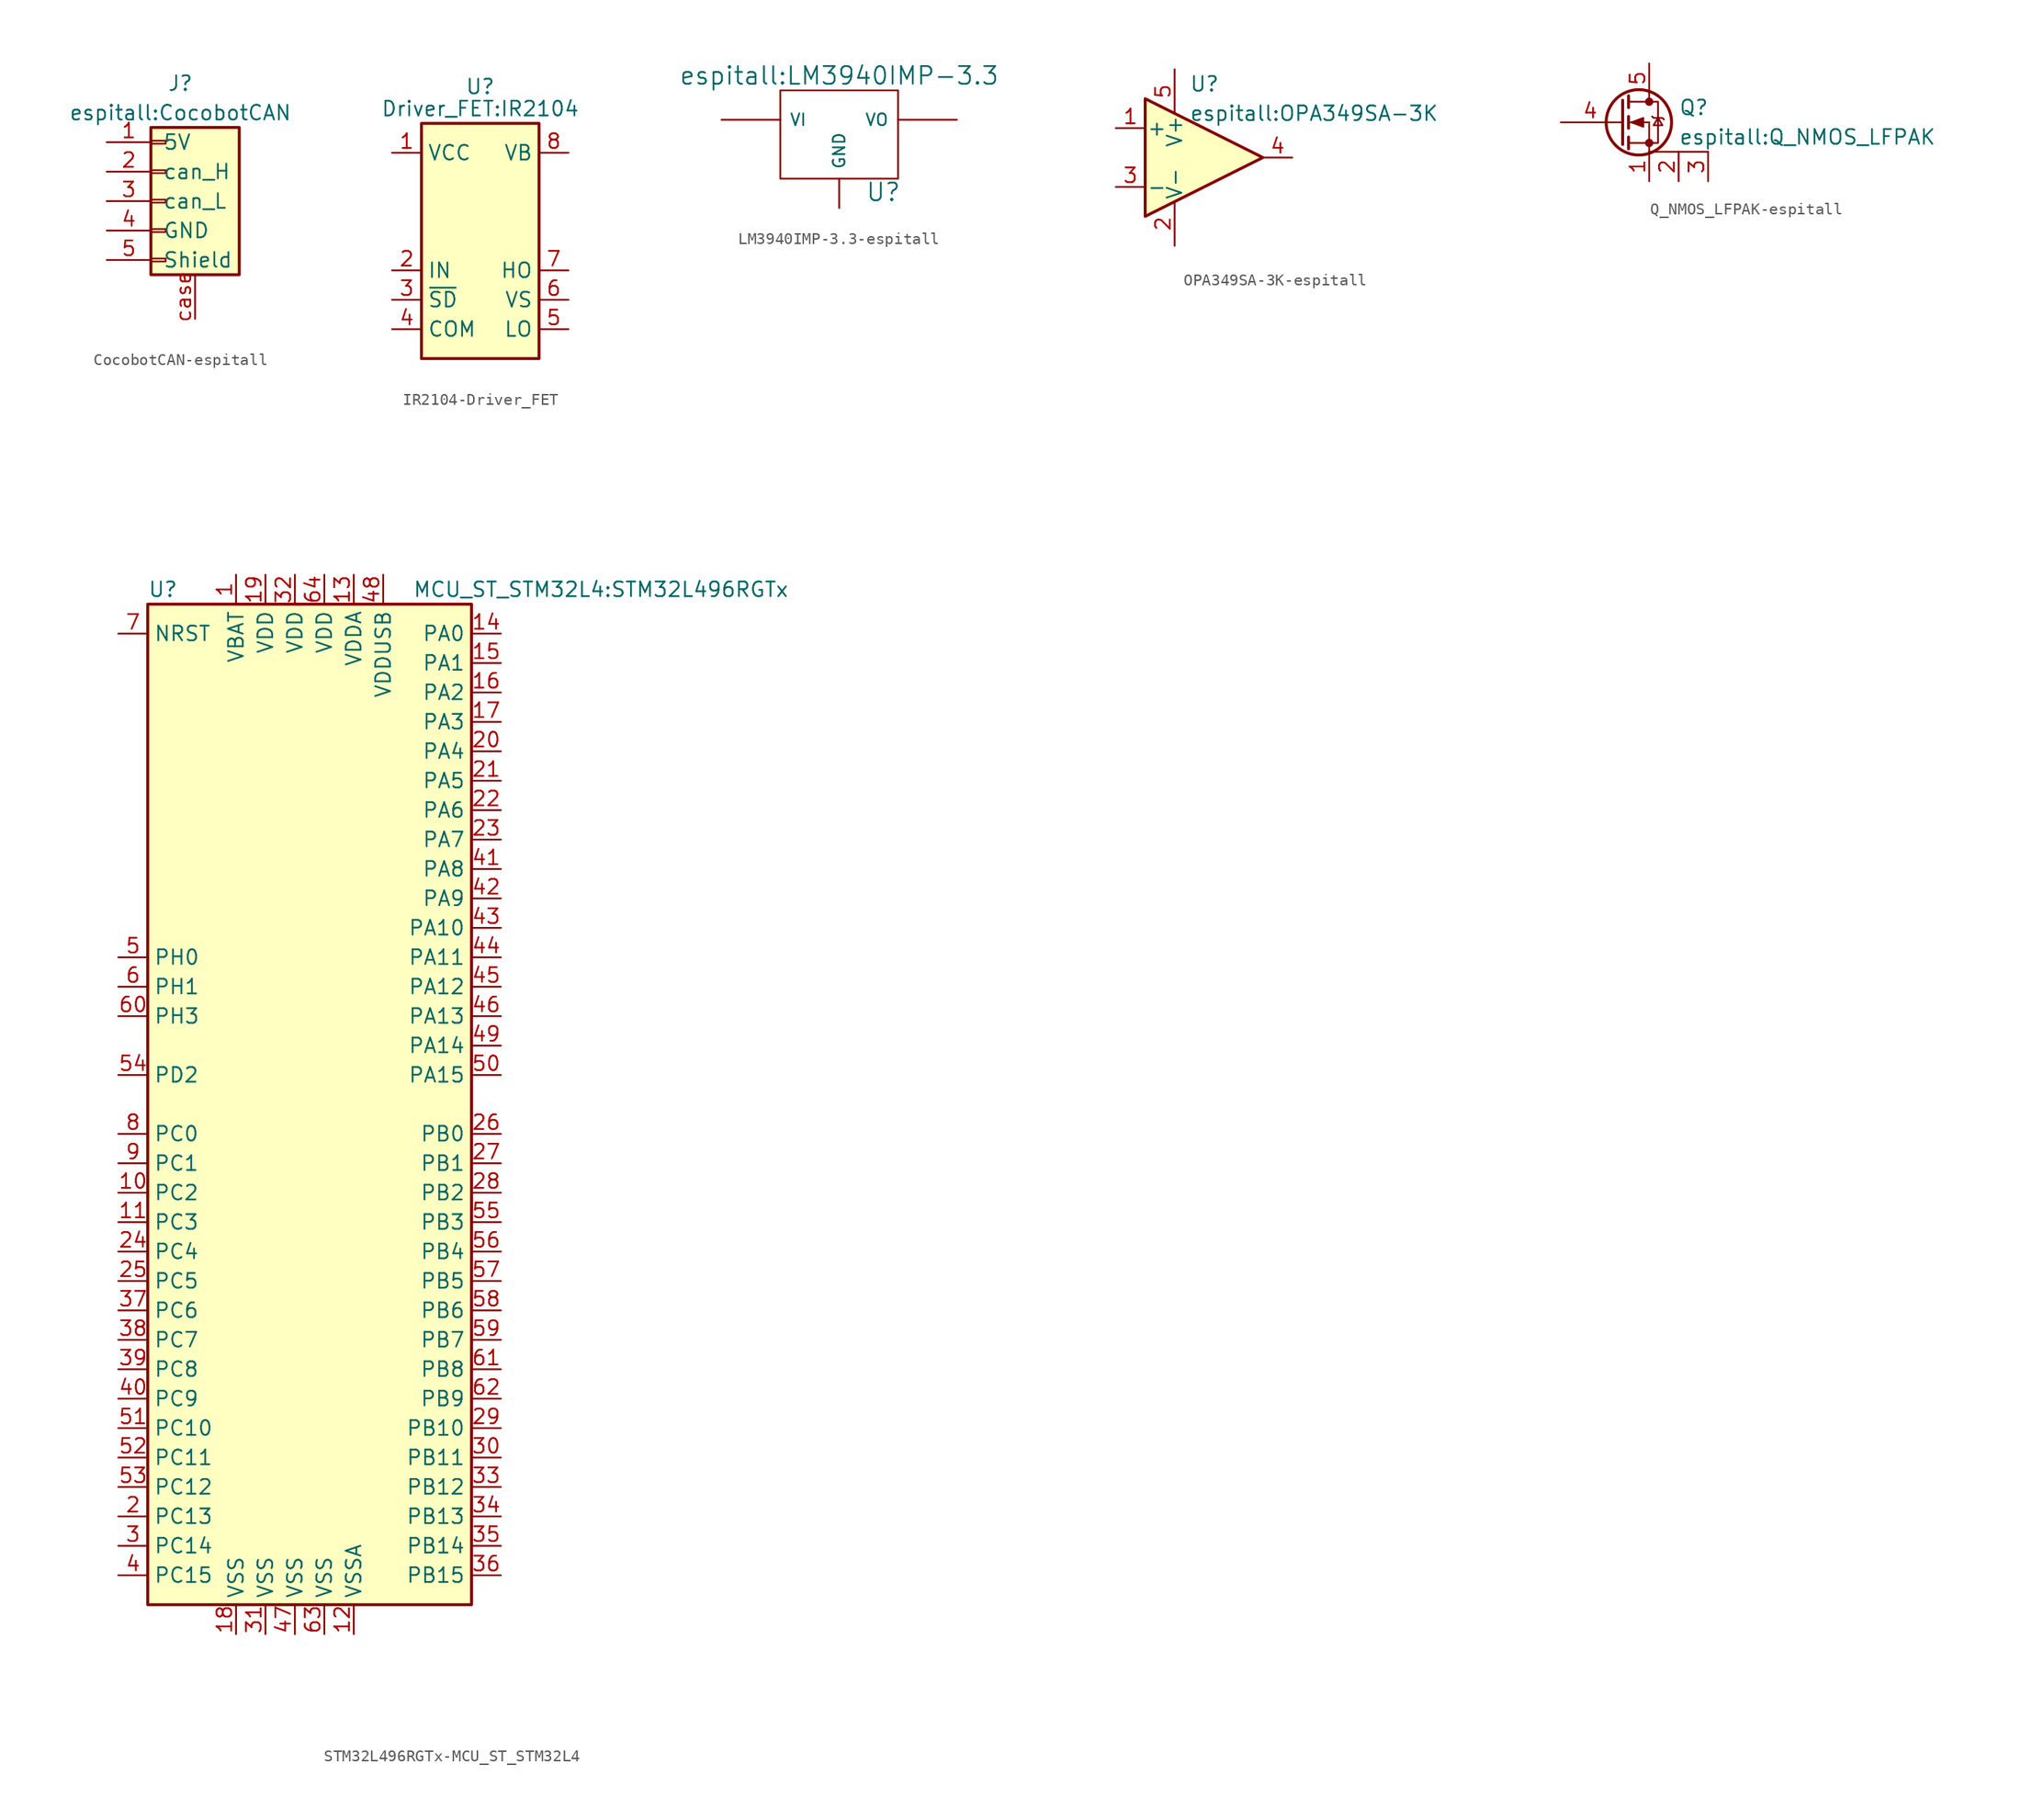
<source format=kicad_sym>
(kicad_symbol_lib
  (version 20220914)
  (generator kicad_symbol_editor)
  (symbol "CocobotCAN-espitall"
    (pin_names
      (offset 1.016))
    (property "Reference" "J"
      (at 1.27 7.62 0)
      (effects (font (size 1.27 1.27))))
    (property "Value" "espitall:CocobotCAN"
      (at 1.27 5.08 0)
      (effects (font (size 1.27 1.27))))
    (symbol "CocobotCAN-espitall_1_1"
      (rectangle (start -1.27 -7.493) (end 0 -7.747) (stroke (width 0.152) (type solid)) (fill (type none)))
      (rectangle (start -1.27 -4.953) (end 0 -5.207) (stroke (width 0.152) (type solid)) (fill (type none)))
      (rectangle (start -1.27 -2.413) (end 0 -2.667) (stroke (width 0.152) (type solid)) (fill (type none)))
      (rectangle (start -1.27 0.127) (end 0 -0.127) (stroke (width 0.152) (type solid)) (fill (type none)))
      (rectangle (start -1.27 2.667) (end 0 2.413) (stroke (width 0.152) (type solid)) (fill (type none)))
      (rectangle (start -1.27 3.81) (end 6.35 -8.89) (stroke (width 0.254) (type solid)) (fill (type background)))
      (pin passive line (at -5.08 2.54 0) (length 3.81) (name "5V" (effects (font (size 1.27 1.27)))) (number "1" (effects (font (size 1.27 1.27)))))
      (pin passive line (at -5.08 0 0) (length 3.81) (name "can_H" (effects (font (size 1.27 1.27)))) (number "2" (effects (font (size 1.27 1.27)))))
      (pin passive line (at -5.08 -2.54 0) (length 3.81) (name "can_L" (effects (font (size 1.27 1.27)))) (number "3" (effects (font (size 1.27 1.27)))))
      (pin passive line (at -5.08 -5.08 0) (length 3.81) (name "GND" (effects (font (size 1.27 1.27)))) (number "4" (effects (font (size 1.27 1.27)))))
      (pin passive line (at -5.08 -7.62 0) (length 3.81) (name "Shield" (effects (font (size 1.27 1.27)))) (number "5" (effects (font (size 1.27 1.27)))))
      (pin passive line (at 2.54 -12.7 90) (length 3.81) (name "~" (effects (font (size 1.27 1.27)))) (number "case" (effects (font (size 1.27 1.27)))))))
  (symbol "IR2104-Driver_FET"
    (property "Reference" "U"
      (at 0 13.335 0)
      (effects (font (size 1.27 1.27))))
    (property "Value" "Driver_FET:IR2104"
      (at 0 11.43 0)
      (effects (font (size 1.27 1.27))))
    (symbol "IR2104-Driver_FET_0_1"
      (rectangle (start -5.08 -10.16) (end 5.08 10.16) (stroke (width 0.254) (type solid)) (fill (type background))))
    (symbol "IR2104-Driver_FET_1_1"
      (pin power_in line (at -7.62 7.62 0) (length 2.54) (name "VCC" (effects (font (size 1.27 1.27)))) (number "1" (effects (font (size 1.27 1.27)))))
      (pin input line (at -7.62 -2.54 0) (length 2.54) (name "IN" (effects (font (size 1.27 1.27)))) (number "2" (effects (font (size 1.27 1.27)))))
      (pin input line (at -7.62 -5.08 0) (length 2.54) (name "~{SD}" (effects (font (size 1.27 1.27)))) (number "3" (effects (font (size 1.27 1.27)))))
      (pin power_in line (at -7.62 -7.62 0) (length 2.54) (name "COM" (effects (font (size 1.27 1.27)))) (number "4" (effects (font (size 1.27 1.27)))))
      (pin output line (at 7.62 -7.62 180) (length 2.54) (name "LO" (effects (font (size 1.27 1.27)))) (number "5" (effects (font (size 1.27 1.27)))))
      (pin passive line (at 7.62 -5.08 180) (length 2.54) (name "VS" (effects (font (size 1.27 1.27)))) (number "6" (effects (font (size 1.27 1.27)))))
      (pin output line (at 7.62 -2.54 180) (length 2.54) (name "HO" (effects (font (size 1.27 1.27)))) (number "7" (effects (font (size 1.27 1.27)))))
      (pin passive line (at 7.62 7.62 180) (length 2.54) (name "VB" (effects (font (size 1.27 1.27)))) (number "8" (effects (font (size 1.27 1.27)))))))
  (symbol "LM3940IMP-3.3-espitall"
    (pin_numbers hide)
    (pin_names
      (offset 0.762))
    (property "Reference" "U"
      (at 3.81 -4.978 0)
      (effects (font (size 1.524 1.524))))
    (property "Value" "espitall:LM3940IMP-3.3"
      (at 0 5.08 0)
      (effects (font (size 1.524 1.524))))
    (property "Datasheet" ""
      (at 0 0 0)
      (effects (font (size 1.524 1.524))))
    (symbol "LM3940IMP-3.3-espitall_0_1"
      (rectangle (start -5.08 -3.81) (end 5.08 3.81) (stroke (width 0) (type solid)) (fill (type none))))
    (symbol "LM3940IMP-3.3-espitall_1_1"
      (pin power_in line (at -10.16 1.27 0) (length 5.08) (name "VI" (effects (font (size 1.016 1.016)))) (number "1" (effects (font (size 1.016 1.016)))))
      (pin power_in line (at 0 -6.35 90) (length 2.54) (name "GND" (effects (font (size 1.016 1.016)))) (number "2" (effects (font (size 1.016 1.016)))))
      (pin power_out line (at 10.16 1.27 180) (length 5.08) (name "VO" (effects (font (size 1.016 1.016)))) (number "3" (effects (font (size 1.016 1.016)))))))
  (symbol "OPA349SA-3K-espitall"
    (pin_names
      (offset 0.127))
    (property "Reference" "U"
      (at -1.27 6.35 0)
      (effects (font (size 1.27 1.27)) (justify left)))
    (property "Value" "espitall:OPA349SA-3K"
      (at -1.27 3.81 0)
      (effects (font (size 1.27 1.27)) (justify left)))
    (symbol "OPA349SA-3K-espitall_0_1"
      (polyline (pts (xy -5.08 5.08) (xy 5.08 0) (xy -5.08 -5.08) (xy -5.08 5.08)) (stroke (width 0.254) (type solid)) (fill (type background)))
      (pin power_in line (at -2.54 -7.62 90) (length 3.81) (name "V-" (effects (font (size 1.27 1.27)))) (number "2" (effects (font (size 1.27 1.27)))))
      (pin power_in line (at -2.54 7.62 270) (length 3.81) (name "V+" (effects (font (size 1.27 1.27)))) (number "5" (effects (font (size 1.27 1.27))))))
    (symbol "OPA349SA-3K-espitall_1_1"
      (pin input line (at -7.62 2.54 0) (length 2.54) (name "+" (effects (font (size 1.27 1.27)))) (number "1" (effects (font (size 1.27 1.27)))))
      (pin input line (at -7.62 -2.54 0) (length 2.54) (name "-" (effects (font (size 1.27 1.27)))) (number "3" (effects (font (size 1.27 1.27)))))
      (pin output line (at 7.62 0 180) (length 2.54) (name "~" (effects (font (size 1.27 1.27)))) (number "4" (effects (font (size 1.27 1.27)))))))
  (symbol "Q_NMOS_LFPAK-espitall"
    (pin_names
      (offset 0) hide)
    (property "Reference" "Q"
      (at 5.08 1.27 0)
      (effects (font (size 1.27 1.27)) (justify left)))
    (property "Value" "espitall:Q_NMOS_LFPAK"
      (at 5.08 -1.27 0)
      (effects (font (size 1.27 1.27)) (justify left)))
    (symbol "Q_NMOS_LFPAK-espitall_0_1"
      (polyline (pts (xy 0.051 0) (xy 0.254 0)) (stroke (width 0) (type solid)) (fill (type none)))
      (polyline (pts (xy 0.762 -1.778) (xy 2.54 -1.778)) (stroke (width 0) (type solid)) (fill (type none)))
      (polyline (pts (xy 0.762 -1.27) (xy 0.762 -2.286)) (stroke (width 0.254) (type solid)) (fill (type none)))
      (polyline (pts (xy 0.762 0) (xy 2.54 0)) (stroke (width 0) (type solid)) (fill (type none)))
      (polyline (pts (xy 0.762 0.508) (xy 0.762 -0.508)) (stroke (width 0.254) (type solid)) (fill (type none)))
      (polyline (pts (xy 0.762 1.778) (xy 2.54 1.778)) (stroke (width 0) (type solid)) (fill (type none)))
      (polyline (pts (xy 0.762 2.286) (xy 0.762 1.27)) (stroke (width 0.254) (type solid)) (fill (type none)))
      (polyline (pts (xy 2.54 -2.54) (xy 5.08 -2.54)) (stroke (width 0) (type solid)) (fill (type none)))
      (polyline (pts (xy 2.54 -1.778) (xy 2.54 -2.54)) (stroke (width 0) (type solid)) (fill (type none)))
      (polyline (pts (xy 2.54 -1.778) (xy 2.54 0)) (stroke (width 0) (type solid)) (fill (type none)))
      (polyline (pts (xy 2.54 2.54) (xy 2.54 1.778)) (stroke (width 0) (type solid)) (fill (type none)))
      (polyline (pts (xy 5.08 -2.54) (xy 7.62 -2.54)) (stroke (width 0) (type solid)) (fill (type none)))
      (polyline (pts (xy 0.254 1.905) (xy 0.254 -1.905) (xy 0.254 -1.905)) (stroke (width 0.254) (type solid)) (fill (type none)))
      (polyline (pts (xy 1.016 0) (xy 2.032 0.381) (xy 2.032 -0.381) (xy 1.016 0)) (stroke (width 0) (type solid)) (fill (type outline)))
      (polyline (pts (xy 2.54 -1.778) (xy 3.302 -1.778) (xy 3.302 1.778) (xy 2.54 1.778)) (stroke (width 0) (type solid)) (fill (type none)))
      (polyline (pts (xy 2.794 0.508) (xy 2.921 0.381) (xy 3.683 0.381) (xy 3.81 0.254)) (stroke (width 0) (type solid)) (fill (type none)))
      (polyline (pts (xy 3.302 0.381) (xy 2.921 -0.254) (xy 3.683 -0.254) (xy 3.302 0.381)) (stroke (width 0) (type solid)) (fill (type none)))
      (circle (center 1.651 0) (radius 2.819) (stroke (width 0.254) (type solid)) (fill (type none)))
      (circle (center 2.54 -1.778) (radius 0.279) (stroke (width 0) (type solid)) (fill (type outline)))
      (circle (center 2.54 1.778) (radius 0.279) (stroke (width 0) (type solid)) (fill (type outline))))
    (symbol "Q_NMOS_LFPAK-espitall_1_1"
      (pin passive line (at 2.54 -5.08 90) (length 2.54) (name "S" (effects (font (size 1.27 1.27)))) (number "1" (effects (font (size 1.27 1.27)))))
      (pin passive line (at 5.08 -5.08 90) (length 2.54) (name "D" (effects (font (size 1.27 1.27)))) (number "2" (effects (font (size 1.27 1.27)))))
      (pin passive line (at 7.62 -5.08 90) (length 2.54) (name "D" (effects (font (size 1.27 1.27)))) (number "3" (effects (font (size 1.27 1.27)))))
      (pin input line (at -5.08 0 0) (length 5.08) (name "G" (effects (font (size 1.27 1.27)))) (number "4" (effects (font (size 1.27 1.27)))))
      (pin passive line (at 2.54 5.08 270) (length 2.54) (name "D" (effects (font (size 1.27 1.27)))) (number "5" (effects (font (size 1.27 1.27)))))))
  (symbol "STM32L496RGTx-MCU_ST_STM32L4"
    (property "Reference" "U"
      (at -15.24 44.45 0)
      (effects (font (size 1.27 1.27)) (justify left)))
    (property "Value" "MCU_ST_STM32L4:STM32L496RGTx"
      (at 7.62 44.45 0)
      (effects (font (size 1.27 1.27)) (justify left)))
    (symbol "STM32L496RGTx-MCU_ST_STM32L4_0_1"
      (rectangle (start -15.24 -43.18) (end 12.7 43.18) (stroke (width 0.254) (type solid)) (fill (type background))))
    (symbol "STM32L496RGTx-MCU_ST_STM32L4_1_1"
      (pin power_in line (at -7.62 45.72 270) (length 2.54) (name "VBAT" (effects (font (size 1.27 1.27)))) (number "1" (effects (font (size 1.27 1.27)))))
      (pin bidirectional line (at -17.78 -7.62 0) (length 2.54) (name "PC2" (effects (font (size 1.27 1.27)))) (number "10" (effects (font (size 1.27 1.27)))))
      (pin bidirectional line (at -17.78 -10.16 0) (length 2.54) (name "PC3" (effects (font (size 1.27 1.27)))) (number "11" (effects (font (size 1.27 1.27)))))
      (pin power_in line (at 2.54 -45.72 90) (length 2.54) (name "VSSA" (effects (font (size 1.27 1.27)))) (number "12" (effects (font (size 1.27 1.27)))))
      (pin power_in line (at 2.54 45.72 270) (length 2.54) (name "VDDA" (effects (font (size 1.27 1.27)))) (number "13" (effects (font (size 1.27 1.27)))))
      (pin bidirectional line (at 15.24 40.64 180) (length 2.54) (name "PA0" (effects (font (size 1.27 1.27)))) (number "14" (effects (font (size 1.27 1.27)))))
      (pin bidirectional line (at 15.24 38.1 180) (length 2.54) (name "PA1" (effects (font (size 1.27 1.27)))) (number "15" (effects (font (size 1.27 1.27)))))
      (pin bidirectional line (at 15.24 35.56 180) (length 2.54) (name "PA2" (effects (font (size 1.27 1.27)))) (number "16" (effects (font (size 1.27 1.27)))))
      (pin bidirectional line (at 15.24 33.02 180) (length 2.54) (name "PA3" (effects (font (size 1.27 1.27)))) (number "17" (effects (font (size 1.27 1.27)))))
      (pin power_in line (at -7.62 -45.72 90) (length 2.54) (name "VSS" (effects (font (size 1.27 1.27)))) (number "18" (effects (font (size 1.27 1.27)))))
      (pin power_in line (at -5.08 45.72 270) (length 2.54) (name "VDD" (effects (font (size 1.27 1.27)))) (number "19" (effects (font (size 1.27 1.27)))))
      (pin bidirectional line (at -17.78 -35.56 0) (length 2.54) (name "PC13" (effects (font (size 1.27 1.27)))) (number "2" (effects (font (size 1.27 1.27)))))
      (pin bidirectional line (at 15.24 30.48 180) (length 2.54) (name "PA4" (effects (font (size 1.27 1.27)))) (number "20" (effects (font (size 1.27 1.27)))))
      (pin bidirectional line (at 15.24 27.94 180) (length 2.54) (name "PA5" (effects (font (size 1.27 1.27)))) (number "21" (effects (font (size 1.27 1.27)))))
      (pin bidirectional line (at 15.24 25.4 180) (length 2.54) (name "PA6" (effects (font (size 1.27 1.27)))) (number "22" (effects (font (size 1.27 1.27)))))
      (pin bidirectional line (at 15.24 22.86 180) (length 2.54) (name "PA7" (effects (font (size 1.27 1.27)))) (number "23" (effects (font (size 1.27 1.27)))))
      (pin bidirectional line (at -17.78 -12.7 0) (length 2.54) (name "PC4" (effects (font (size 1.27 1.27)))) (number "24" (effects (font (size 1.27 1.27)))))
      (pin bidirectional line (at -17.78 -15.24 0) (length 2.54) (name "PC5" (effects (font (size 1.27 1.27)))) (number "25" (effects (font (size 1.27 1.27)))))
      (pin bidirectional line (at 15.24 -2.54 180) (length 2.54) (name "PB0" (effects (font (size 1.27 1.27)))) (number "26" (effects (font (size 1.27 1.27)))))
      (pin bidirectional line (at 15.24 -5.08 180) (length 2.54) (name "PB1" (effects (font (size 1.27 1.27)))) (number "27" (effects (font (size 1.27 1.27)))))
      (pin bidirectional line (at 15.24 -7.62 180) (length 2.54) (name "PB2" (effects (font (size 1.27 1.27)))) (number "28" (effects (font (size 1.27 1.27)))))
      (pin bidirectional line (at 15.24 -27.94 180) (length 2.54) (name "PB10" (effects (font (size 1.27 1.27)))) (number "29" (effects (font (size 1.27 1.27)))))
      (pin bidirectional line (at -17.78 -38.1 0) (length 2.54) (name "PC14" (effects (font (size 1.27 1.27)))) (number "3" (effects (font (size 1.27 1.27)))))
      (pin bidirectional line (at 15.24 -30.48 180) (length 2.54) (name "PB11" (effects (font (size 1.27 1.27)))) (number "30" (effects (font (size 1.27 1.27)))))
      (pin power_in line (at -5.08 -45.72 90) (length 2.54) (name "VSS" (effects (font (size 1.27 1.27)))) (number "31" (effects (font (size 1.27 1.27)))))
      (pin power_in line (at -2.54 45.72 270) (length 2.54) (name "VDD" (effects (font (size 1.27 1.27)))) (number "32" (effects (font (size 1.27 1.27)))))
      (pin bidirectional line (at 15.24 -33.02 180) (length 2.54) (name "PB12" (effects (font (size 1.27 1.27)))) (number "33" (effects (font (size 1.27 1.27)))))
      (pin bidirectional line (at 15.24 -35.56 180) (length 2.54) (name "PB13" (effects (font (size 1.27 1.27)))) (number "34" (effects (font (size 1.27 1.27)))))
      (pin bidirectional line (at 15.24 -38.1 180) (length 2.54) (name "PB14" (effects (font (size 1.27 1.27)))) (number "35" (effects (font (size 1.27 1.27)))))
      (pin bidirectional line (at 15.24 -40.64 180) (length 2.54) (name "PB15" (effects (font (size 1.27 1.27)))) (number "36" (effects (font (size 1.27 1.27)))))
      (pin bidirectional line (at -17.78 -17.78 0) (length 2.54) (name "PC6" (effects (font (size 1.27 1.27)))) (number "37" (effects (font (size 1.27 1.27)))))
      (pin bidirectional line (at -17.78 -20.32 0) (length 2.54) (name "PC7" (effects (font (size 1.27 1.27)))) (number "38" (effects (font (size 1.27 1.27)))))
      (pin bidirectional line (at -17.78 -22.86 0) (length 2.54) (name "PC8" (effects (font (size 1.27 1.27)))) (number "39" (effects (font (size 1.27 1.27)))))
      (pin bidirectional line (at -17.78 -40.64 0) (length 2.54) (name "PC15" (effects (font (size 1.27 1.27)))) (number "4" (effects (font (size 1.27 1.27)))))
      (pin bidirectional line (at -17.78 -25.4 0) (length 2.54) (name "PC9" (effects (font (size 1.27 1.27)))) (number "40" (effects (font (size 1.27 1.27)))))
      (pin bidirectional line (at 15.24 20.32 180) (length 2.54) (name "PA8" (effects (font (size 1.27 1.27)))) (number "41" (effects (font (size 1.27 1.27)))))
      (pin bidirectional line (at 15.24 17.78 180) (length 2.54) (name "PA9" (effects (font (size 1.27 1.27)))) (number "42" (effects (font (size 1.27 1.27)))))
      (pin bidirectional line (at 15.24 15.24 180) (length 2.54) (name "PA10" (effects (font (size 1.27 1.27)))) (number "43" (effects (font (size 1.27 1.27)))))
      (pin bidirectional line (at 15.24 12.7 180) (length 2.54) (name "PA11" (effects (font (size 1.27 1.27)))) (number "44" (effects (font (size 1.27 1.27)))))
      (pin bidirectional line (at 15.24 10.16 180) (length 2.54) (name "PA12" (effects (font (size 1.27 1.27)))) (number "45" (effects (font (size 1.27 1.27)))))
      (pin bidirectional line (at 15.24 7.62 180) (length 2.54) (name "PA13" (effects (font (size 1.27 1.27)))) (number "46" (effects (font (size 1.27 1.27)))))
      (pin power_in line (at -2.54 -45.72 90) (length 2.54) (name "VSS" (effects (font (size 1.27 1.27)))) (number "47" (effects (font (size 1.27 1.27)))))
      (pin power_in line (at 5.08 45.72 270) (length 2.54) (name "VDDUSB" (effects (font (size 1.27 1.27)))) (number "48" (effects (font (size 1.27 1.27)))))
      (pin bidirectional line (at 15.24 5.08 180) (length 2.54) (name "PA14" (effects (font (size 1.27 1.27)))) (number "49" (effects (font (size 1.27 1.27)))))
      (pin input line (at -17.78 12.7 0) (length 2.54) (name "PH0" (effects (font (size 1.27 1.27)))) (number "5" (effects (font (size 1.27 1.27)))))
      (pin bidirectional line (at 15.24 2.54 180) (length 2.54) (name "PA15" (effects (font (size 1.27 1.27)))) (number "50" (effects (font (size 1.27 1.27)))))
      (pin bidirectional line (at -17.78 -27.94 0) (length 2.54) (name "PC10" (effects (font (size 1.27 1.27)))) (number "51" (effects (font (size 1.27 1.27)))))
      (pin bidirectional line (at -17.78 -30.48 0) (length 2.54) (name "PC11" (effects (font (size 1.27 1.27)))) (number "52" (effects (font (size 1.27 1.27)))))
      (pin bidirectional line (at -17.78 -33.02 0) (length 2.54) (name "PC12" (effects (font (size 1.27 1.27)))) (number "53" (effects (font (size 1.27 1.27)))))
      (pin bidirectional line (at -17.78 2.54 0) (length 2.54) (name "PD2" (effects (font (size 1.27 1.27)))) (number "54" (effects (font (size 1.27 1.27)))))
      (pin bidirectional line (at 15.24 -10.16 180) (length 2.54) (name "PB3" (effects (font (size 1.27 1.27)))) (number "55" (effects (font (size 1.27 1.27)))))
      (pin bidirectional line (at 15.24 -12.7 180) (length 2.54) (name "PB4" (effects (font (size 1.27 1.27)))) (number "56" (effects (font (size 1.27 1.27)))))
      (pin bidirectional line (at 15.24 -15.24 180) (length 2.54) (name "PB5" (effects (font (size 1.27 1.27)))) (number "57" (effects (font (size 1.27 1.27)))))
      (pin bidirectional line (at 15.24 -17.78 180) (length 2.54) (name "PB6" (effects (font (size 1.27 1.27)))) (number "58" (effects (font (size 1.27 1.27)))))
      (pin bidirectional line (at 15.24 -20.32 180) (length 2.54) (name "PB7" (effects (font (size 1.27 1.27)))) (number "59" (effects (font (size 1.27 1.27)))))
      (pin input line (at -17.78 10.16 0) (length 2.54) (name "PH1" (effects (font (size 1.27 1.27)))) (number "6" (effects (font (size 1.27 1.27)))))
      (pin bidirectional line (at -17.78 7.62 0) (length 2.54) (name "PH3" (effects (font (size 1.27 1.27)))) (number "60" (effects (font (size 1.27 1.27)))))
      (pin bidirectional line (at 15.24 -22.86 180) (length 2.54) (name "PB8" (effects (font (size 1.27 1.27)))) (number "61" (effects (font (size 1.27 1.27)))))
      (pin bidirectional line (at 15.24 -25.4 180) (length 2.54) (name "PB9" (effects (font (size 1.27 1.27)))) (number "62" (effects (font (size 1.27 1.27)))))
      (pin power_in line (at 0 -45.72 90) (length 2.54) (name "VSS" (effects (font (size 1.27 1.27)))) (number "63" (effects (font (size 1.27 1.27)))))
      (pin power_in line (at 0 45.72 270) (length 2.54) (name "VDD" (effects (font (size 1.27 1.27)))) (number "64" (effects (font (size 1.27 1.27)))))
      (pin input line (at -17.78 40.64 0) (length 2.54) (name "NRST" (effects (font (size 1.27 1.27)))) (number "7" (effects (font (size 1.27 1.27)))))
      (pin bidirectional line (at -17.78 -2.54 0) (length 2.54) (name "PC0" (effects (font (size 1.27 1.27)))) (number "8" (effects (font (size 1.27 1.27)))))
      (pin bidirectional line (at -17.78 -5.08 0) (length 2.54) (name "PC1" (effects (font (size 1.27 1.27)))) (number "9" (effects (font (size 1.27 1.27))))))))
</source>
